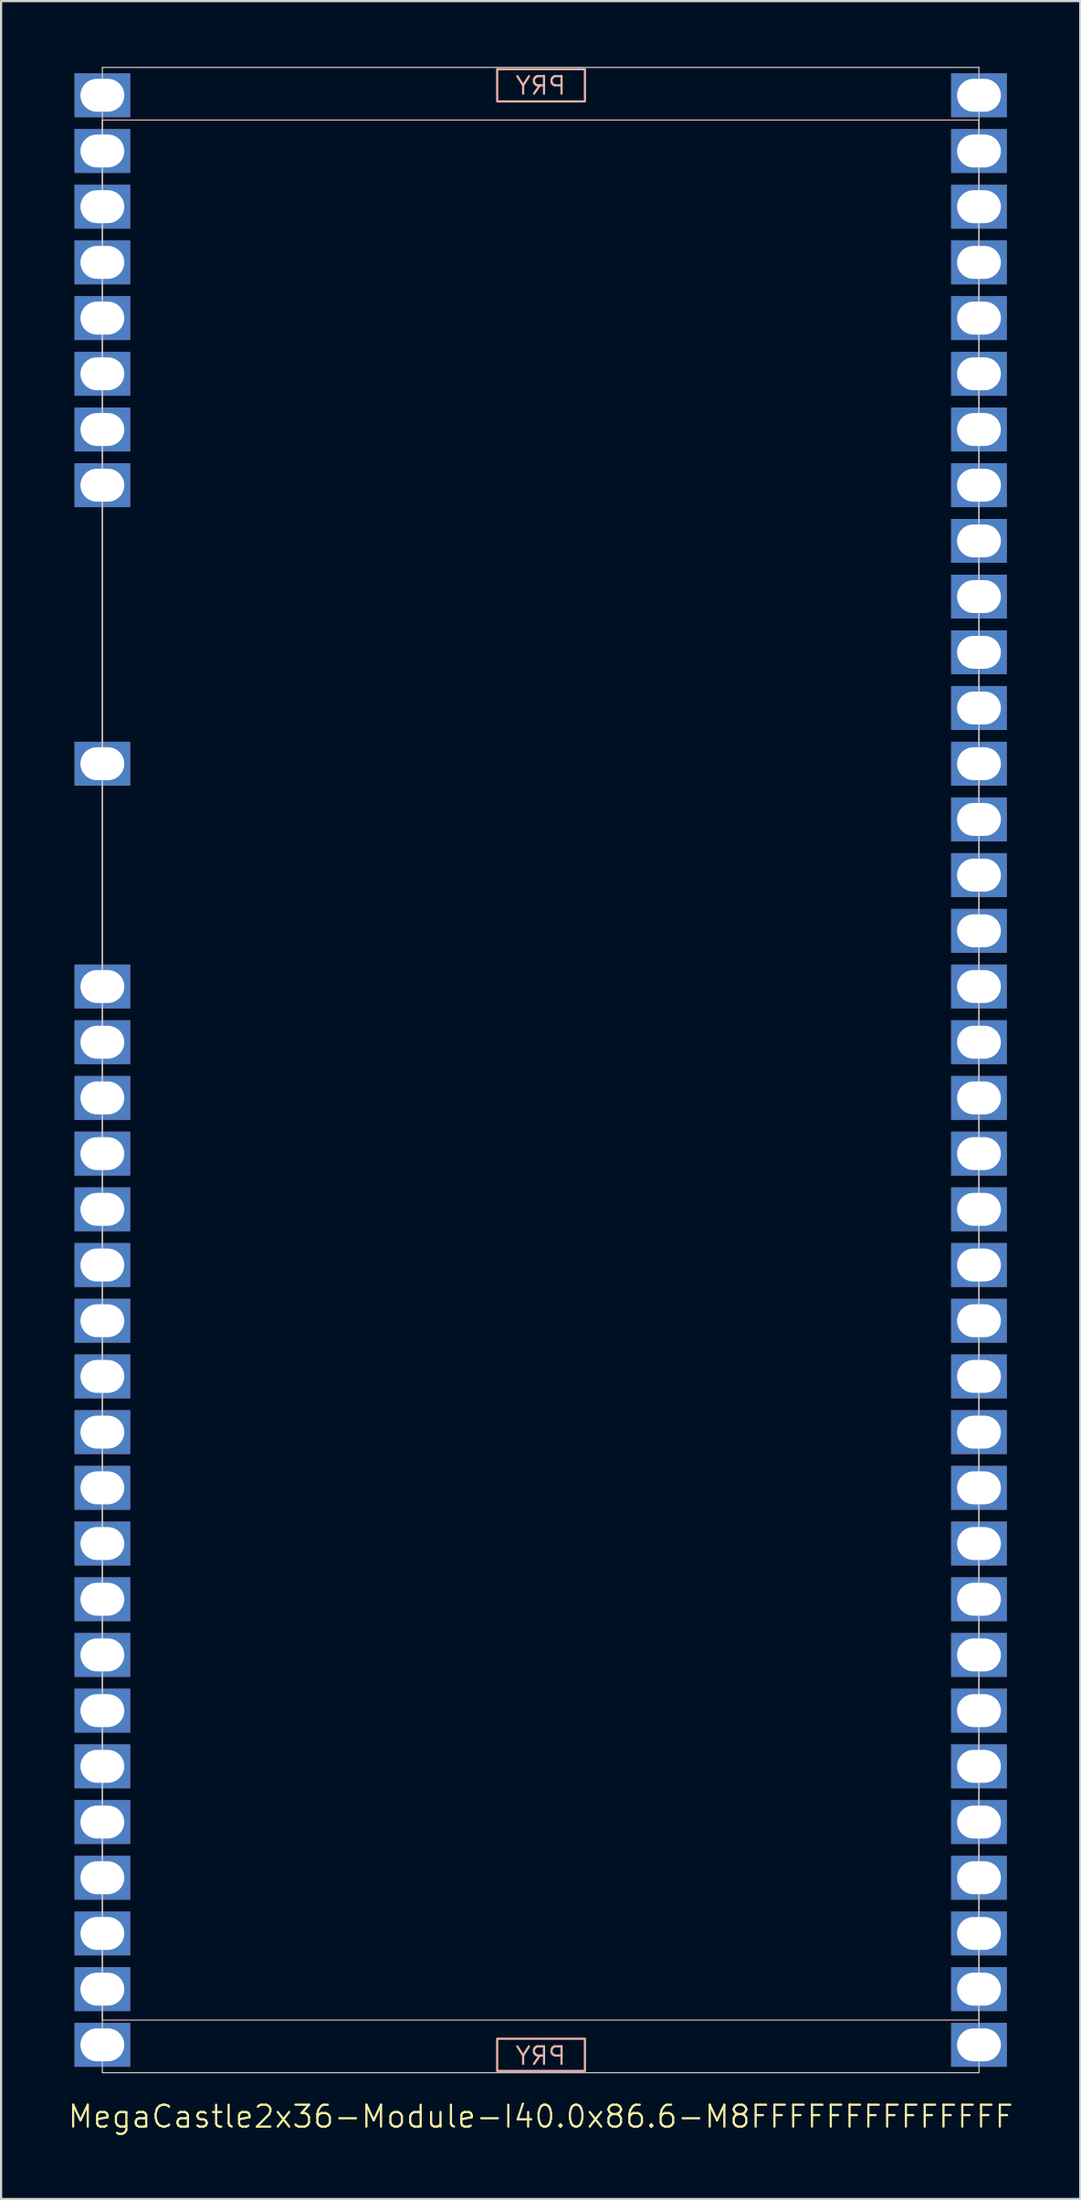
<source format=kicad_pcb>
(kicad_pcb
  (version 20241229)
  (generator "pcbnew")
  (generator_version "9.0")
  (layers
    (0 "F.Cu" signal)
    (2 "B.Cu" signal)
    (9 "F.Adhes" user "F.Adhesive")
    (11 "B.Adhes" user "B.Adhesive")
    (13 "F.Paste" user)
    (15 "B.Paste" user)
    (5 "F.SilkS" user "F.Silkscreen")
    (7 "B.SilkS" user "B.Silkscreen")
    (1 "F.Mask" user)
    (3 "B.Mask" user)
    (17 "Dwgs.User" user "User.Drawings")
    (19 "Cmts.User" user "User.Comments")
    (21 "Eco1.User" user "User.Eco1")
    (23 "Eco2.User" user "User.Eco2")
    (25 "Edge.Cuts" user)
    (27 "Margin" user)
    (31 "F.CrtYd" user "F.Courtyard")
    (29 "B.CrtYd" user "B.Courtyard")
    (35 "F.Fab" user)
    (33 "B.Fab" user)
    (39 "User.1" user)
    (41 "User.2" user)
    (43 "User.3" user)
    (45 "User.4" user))
  (footprint "MegaCastle2x36-Module-I40.0x86.6-M8FFFFFFFFFFFFFF"
    (layer "F.Cu")
    (at 21.621 45.745)
    (property "Reference" "MegaCastle2x36-Module-I40.0x86.6-M8FFFFFFFFFFFFFF" (at 0 47.72 0) (unlocked yes) (layer "F.SilkS") (effects (font (size 1 1) (thickness 0.1))))
    (attr smd)
    (fp_rect (start -20 43.32) (end 20 -43.32) (stroke (width 0.05) (type default)) (fill no) (layer "B.SilkS"))
    (fp_rect (start -1.984 -44.171) (end 2.02 -45.64) (stroke (width 0.1) (type default)) (fill no) (layer "B.SilkS"))
    (fp_rect (start -1.984 44.171) (end 2.02 45.64) (stroke (width 0.1) (type default)) (fill no) (layer "B.SilkS"))
    (fp_line (start -20 -45.72) (end -20 45.72) (stroke (width 0.05) (type default)) (layer "Edge.Cuts"))
    (fp_line (start -20 -45.72) (end 20 -45.72) (stroke (width 0.05) (type default)) (layer "Edge.Cuts"))
    (fp_line (start -20 45.72) (end 20 45.72) (stroke (width 0.05) (type default)) (layer "Edge.Cuts"))
    (fp_line (start 20 -45.72) (end 20 45.72) (stroke (width 0.05) (type default)) (layer "Edge.Cuts"))
    (fp_text user "PRY" (at 0 45.42 0) (unlocked yes) (layer "B.SilkS") (effects (font (size 0.8 0.8) (thickness 0.1)) (justify bottom mirror)))
    (fp_text user "PRY" (at 0 -44.42 0) (unlocked yes) (layer "B.SilkS") (effects (font (size 0.8 0.8) (thickness 0.1)) (justify bottom mirror)))
    (pad "1" thru_hole rect (at -20 -44.45) (size 2.54 2) (drill oval 2 1.5) (property pad_prop_castellated) (layers "*.Cu" "*.Mask"))
    (pad "2" thru_hole rect (at -20 -41.91) (size 2.54 2) (drill oval 2 1.5) (property pad_prop_castellated) (layers "*.Cu" "*.Mask"))
    (pad "3" thru_hole rect (at -20 -39.37) (size 2.54 2) (drill oval 2 1.5) (property pad_prop_castellated) (layers "*.Cu" "*.Mask"))
    (pad "4" thru_hole rect (at -20 -36.83) (size 2.54 2) (drill oval 2 1.5) (property pad_prop_castellated) (layers "*.Cu" "*.Mask"))
    (pad "5" thru_hole rect (at -20 -34.29) (size 2.54 2) (drill oval 2 1.5) (property pad_prop_castellated) (layers "*.Cu" "*.Mask"))
    (pad "6" thru_hole rect (at -20 -31.75) (size 2.54 2) (drill oval 2 1.5) (property pad_prop_castellated) (layers "*.Cu" "*.Mask"))
    (pad "7" thru_hole rect (at -20 -29.21) (size 2.54 2) (drill oval 2 1.5) (property pad_prop_castellated) (layers "*.Cu" "*.Mask"))
    (pad "8" thru_hole rect (at -20 -26.67) (size 2.54 2) (drill oval 2 1.5) (property pad_prop_castellated) (layers "*.Cu" "*.Mask"))
    (pad "13" thru_hole rect (at -20 -13.97) (size 2.54 2) (drill oval 2 1.5) (property pad_prop_castellated) (layers "*.Cu" "*.Mask"))
    (pad "17" thru_hole rect (at -20 -3.81) (size 2.54 2) (drill oval 2 1.5) (property pad_prop_castellated) (layers "*.Cu" "*.Mask"))
    (pad "18" thru_hole rect (at -20 -1.27) (size 2.54 2) (drill oval 2 1.5) (property pad_prop_castellated) (layers "*.Cu" "*.Mask"))
    (pad "19" thru_hole rect (at -20 1.27) (size 2.54 2) (drill oval 2 1.5) (property pad_prop_castellated) (layers "*.Cu" "*.Mask"))
    (pad "20" thru_hole rect (at -20 3.81) (size 2.54 2) (drill oval 2 1.5) (property pad_prop_castellated) (layers "*.Cu" "*.Mask"))
    (pad "21" thru_hole rect (at -20 6.35) (size 2.54 2) (drill oval 2 1.5) (property pad_prop_castellated) (layers "*.Cu" "*.Mask"))
    (pad "22" thru_hole rect (at -20 8.89) (size 2.54 2) (drill oval 2 1.5) (property pad_prop_castellated) (layers "*.Cu" "*.Mask"))
    (pad "23" thru_hole rect (at -20 11.43) (size 2.54 2) (drill oval 2 1.5) (property pad_prop_castellated) (layers "*.Cu" "*.Mask"))
    (pad "24" thru_hole rect (at -20 13.97) (size 2.54 2) (drill oval 2 1.5) (property pad_prop_castellated) (layers "*.Cu" "*.Mask"))
    (pad "25" thru_hole rect (at -20 16.51) (size 2.54 2) (drill oval 2 1.5) (property pad_prop_castellated) (layers "*.Cu" "*.Mask"))
    (pad "26" thru_hole rect (at -20 19.05) (size 2.54 2) (drill oval 2 1.5) (property pad_prop_castellated) (layers "*.Cu" "*.Mask"))
    (pad "27" thru_hole rect (at -20 21.59) (size 2.54 2) (drill oval 2 1.5) (property pad_prop_castellated) (layers "*.Cu" "*.Mask"))
    (pad "28" thru_hole rect (at -20 24.13) (size 2.54 2) (drill oval 2 1.5) (property pad_prop_castellated) (layers "*.Cu" "*.Mask"))
    (pad "29" thru_hole rect (at -20 26.67) (size 2.54 2) (drill oval 2 1.5) (property pad_prop_castellated) (layers "*.Cu" "*.Mask"))
    (pad "30" thru_hole rect (at -20 29.21) (size 2.54 2) (drill oval 2 1.5) (property pad_prop_castellated) (layers "*.Cu" "*.Mask"))
    (pad "31" thru_hole rect (at -20 31.75) (size 2.54 2) (drill oval 2 1.5) (property pad_prop_castellated) (layers "*.Cu" "*.Mask"))
    (pad "32" thru_hole rect (at -20 34.29) (size 2.54 2) (drill oval 2 1.5) (property pad_prop_castellated) (layers "*.Cu" "*.Mask"))
    (pad "33" thru_hole rect (at -20 36.83) (size 2.54 2) (drill oval 2 1.5) (property pad_prop_castellated) (layers "*.Cu" "*.Mask"))
    (pad "34" thru_hole rect (at -20 39.37) (size 2.54 2) (drill oval 2 1.5) (property pad_prop_castellated) (layers "*.Cu" "*.Mask"))
    (pad "35" thru_hole rect (at -20 41.91) (size 2.54 2) (drill oval 2 1.5) (property pad_prop_castellated) (layers "*.Cu" "*.Mask"))
    (pad "36" thru_hole rect (at -20 44.45) (size 2.54 2) (drill oval 2 1.5) (property pad_prop_castellated) (layers "*.Cu" "*.Mask"))
    (pad "37" thru_hole rect (at 20 -44.45) (size 2.54 2) (drill oval 2 1.5) (property pad_prop_castellated) (layers "*.Cu" "*.Mask"))
    (pad "38" thru_hole rect (at 20 -41.91) (size 2.54 2) (drill oval 2 1.5) (property pad_prop_castellated) (layers "*.Cu" "*.Mask"))
    (pad "39" thru_hole rect (at 20 -39.37) (size 2.54 2) (drill oval 2 1.5) (property pad_prop_castellated) (layers "*.Cu" "*.Mask"))
    (pad "40" thru_hole rect (at 20 -36.83) (size 2.54 2) (drill oval 2 1.5) (property pad_prop_castellated) (layers "*.Cu" "*.Mask"))
    (pad "41" thru_hole rect (at 20 -34.29) (size 2.54 2) (drill oval 2 1.5) (property pad_prop_castellated) (layers "*.Cu" "*.Mask"))
    (pad "42" thru_hole rect (at 20 -31.75) (size 2.54 2) (drill oval 2 1.5) (property pad_prop_castellated) (layers "*.Cu" "*.Mask"))
    (pad "43" thru_hole rect (at 20 -29.21) (size 2.54 2) (drill oval 2 1.5) (property pad_prop_castellated) (layers "*.Cu" "*.Mask"))
    (pad "44" thru_hole rect (at 20 -26.67) (size 2.54 2) (drill oval 2 1.5) (property pad_prop_castellated) (layers "*.Cu" "*.Mask"))
    (pad "45" thru_hole rect (at 20 -24.13) (size 2.54 2) (drill oval 2 1.5) (property pad_prop_castellated) (layers "*.Cu" "*.Mask"))
    (pad "46" thru_hole rect (at 20 -21.59) (size 2.54 2) (drill oval 2 1.5) (property pad_prop_castellated) (layers "*.Cu" "*.Mask"))
    (pad "47" thru_hole rect (at 20 -19.05) (size 2.54 2) (drill oval 2 1.5) (property pad_prop_castellated) (layers "*.Cu" "*.Mask"))
    (pad "48" thru_hole rect (at 20 -16.51) (size 2.54 2) (drill oval 2 1.5) (property pad_prop_castellated) (layers "*.Cu" "*.Mask"))
    (pad "49" thru_hole rect (at 20 -13.97) (size 2.54 2) (drill oval 2 1.5) (property pad_prop_castellated) (layers "*.Cu" "*.Mask"))
    (pad "50" thru_hole rect (at 20 -11.43) (size 2.54 2) (drill oval 2 1.5) (property pad_prop_castellated) (layers "*.Cu" "*.Mask"))
    (pad "51" thru_hole rect (at 20 -8.89) (size 2.54 2) (drill oval 2 1.5) (property pad_prop_castellated) (layers "*.Cu" "*.Mask"))
    (pad "52" thru_hole rect (at 20 -6.35) (size 2.54 2) (drill oval 2 1.5) (property pad_prop_castellated) (layers "*.Cu" "*.Mask"))
    (pad "53" thru_hole rect (at 20 -3.81) (size 2.54 2) (drill oval 2 1.5) (property pad_prop_castellated) (layers "*.Cu" "*.Mask"))
    (pad "54" thru_hole rect (at 20 -1.27) (size 2.54 2) (drill oval 2 1.5) (property pad_prop_castellated) (layers "*.Cu" "*.Mask"))
    (pad "55" thru_hole rect (at 20 1.27) (size 2.54 2) (drill oval 2 1.5) (property pad_prop_castellated) (layers "*.Cu" "*.Mask"))
    (pad "56" thru_hole rect (at 20 3.81) (size 2.54 2) (drill oval 2 1.5) (property pad_prop_castellated) (layers "*.Cu" "*.Mask"))
    (pad "57" thru_hole rect (at 20 6.35) (size 2.54 2) (drill oval 2 1.5) (property pad_prop_castellated) (layers "*.Cu" "*.Mask"))
    (pad "58" thru_hole rect (at 20 8.89) (size 2.54 2) (drill oval 2 1.5) (property pad_prop_castellated) (layers "*.Cu" "*.Mask"))
    (pad "59" thru_hole rect (at 20 11.43) (size 2.54 2) (drill oval 2 1.5) (property pad_prop_castellated) (layers "*.Cu" "*.Mask"))
    (pad "60" thru_hole rect (at 20 13.97) (size 2.54 2) (drill oval 2 1.5) (property pad_prop_castellated) (layers "*.Cu" "*.Mask"))
    (pad "61" thru_hole rect (at 20 16.51) (size 2.54 2) (drill oval 2 1.5) (property pad_prop_castellated) (layers "*.Cu" "*.Mask"))
    (pad "62" thru_hole rect (at 20 19.05) (size 2.54 2) (drill oval 2 1.5) (property pad_prop_castellated) (layers "*.Cu" "*.Mask"))
    (pad "63" thru_hole rect (at 20 21.59) (size 2.54 2) (drill oval 2 1.5) (property pad_prop_castellated) (layers "*.Cu" "*.Mask"))
    (pad "64" thru_hole rect (at 20 24.13) (size 2.54 2) (drill oval 2 1.5) (property pad_prop_castellated) (layers "*.Cu" "*.Mask"))
    (pad "65" thru_hole rect (at 20 26.67) (size 2.54 2) (drill oval 2 1.5) (property pad_prop_castellated) (layers "*.Cu" "*.Mask"))
    (pad "66" thru_hole rect (at 20 29.21) (size 2.54 2) (drill oval 2 1.5) (property pad_prop_castellated) (layers "*.Cu" "*.Mask"))
    (pad "67" thru_hole rect (at 20 31.75) (size 2.54 2) (drill oval 2 1.5) (property pad_prop_castellated) (layers "*.Cu" "*.Mask"))
    (pad "68" thru_hole rect (at 20 34.29) (size 2.54 2) (drill oval 2 1.5) (property pad_prop_castellated) (layers "*.Cu" "*.Mask"))
    (pad "69" thru_hole rect (at 20 36.83) (size 2.54 2) (drill oval 2 1.5) (property pad_prop_castellated) (layers "*.Cu" "*.Mask"))
    (pad "70" thru_hole rect (at 20 39.37) (size 2.54 2) (drill oval 2 1.5) (property pad_prop_castellated) (layers "*.Cu" "*.Mask"))
    (pad "71" thru_hole rect (at 20 41.91) (size 2.54 2) (drill oval 2 1.5) (property pad_prop_castellated) (layers "*.Cu" "*.Mask"))
    (pad "72" thru_hole rect (at 20 44.45) (size 2.54 2) (drill oval 2 1.5) (property pad_prop_castellated) (layers "*.Cu" "*.Mask"))
    (zone (net_name "") (layer "B.Cu") (hatch edge 0.5) (connect_pads) (min_thickness 0.25) (filled_areas_thickness no) (keepout (tracks allowed) (vias allowed) (pads allowed) (copperpour allowed) (footprints not_allowed)) (placement (enabled no)) (fill) (polygon (pts (xy 1.621 91.465) (xy 1.621 0.025))))
    (zone (net_name "") (layer "B.Cu") (hatch edge 0.5) (connect_pads) (min_thickness 0.25) (filled_areas_thickness no) (keepout (tracks allowed) (vias allowed) (pads allowed) (copperpour allowed) (footprints not_allowed)) (placement (enabled no)) (fill) (polygon (pts (xy 41.621 91.465) (xy 41.621 0.025))))
    (zone (net_name "") (layer "B.Cu") (hatch edge 0.5) (connect_pads) (min_thickness 0.25) (filled_areas_thickness no) (keepout (tracks allowed) (vias allowed) (pads allowed) (copperpour allowed) (footprints not_allowed)) (placement (enabled no)) (fill) (polygon (pts (xy 1.621 0.025) (xy 1.621 2.425) (xy 41.621 2.425) (xy 41.621 0.025))))
    (zone (net_name "") (layer "B.Cu") (hatch edge 0.5) (connect_pads) (min_thickness 0.25) (filled_areas_thickness no) (keepout (tracks allowed) (vias allowed) (pads allowed) (copperpour allowed) (footprints not_allowed)) (placement (enabled no)) (fill) (polygon (pts (xy 1.621 91.465) (xy 1.621 89.065) (xy 41.621 89.065) (xy 41.621 91.465))))
    (zone (net_name "") (layer "B.Cu") (name "Upper Pry Zone") (hatch edge 0.5) (connect_pads) (min_thickness 0.25) (filled_areas_thickness no) (keepout (tracks not_allowed) (vias not_allowed) (pads not_allowed) (copperpour allowed) (footprints not_allowed)) (placement (enabled no)) (fill) (polygon (pts (xy 19.637 1.574) (xy 19.637 0.105) (xy 23.641 0.105) (xy 23.641 1.574))))
    (zone (net_name "") (layer "B.Cu") (name "Upper Pry Zone") (hatch edge 0.5) (connect_pads) (min_thickness 0.25) (filled_areas_thickness no) (keepout (tracks not_allowed) (vias not_allowed) (pads not_allowed) (copperpour allowed) (footprints not_allowed)) (placement (enabled no)) (fill) (polygon (pts (xy 19.637 89.916) (xy 19.637 91.385) (xy 23.641 91.385) (xy 23.641 89.916)))))
  (gr_rect
    (start -3 -3)
    (end 46.243 97.226)
    (stroke (width 0.1) (type default))
    (fill no)
    (layer "Edge.Cuts")))
</source>
